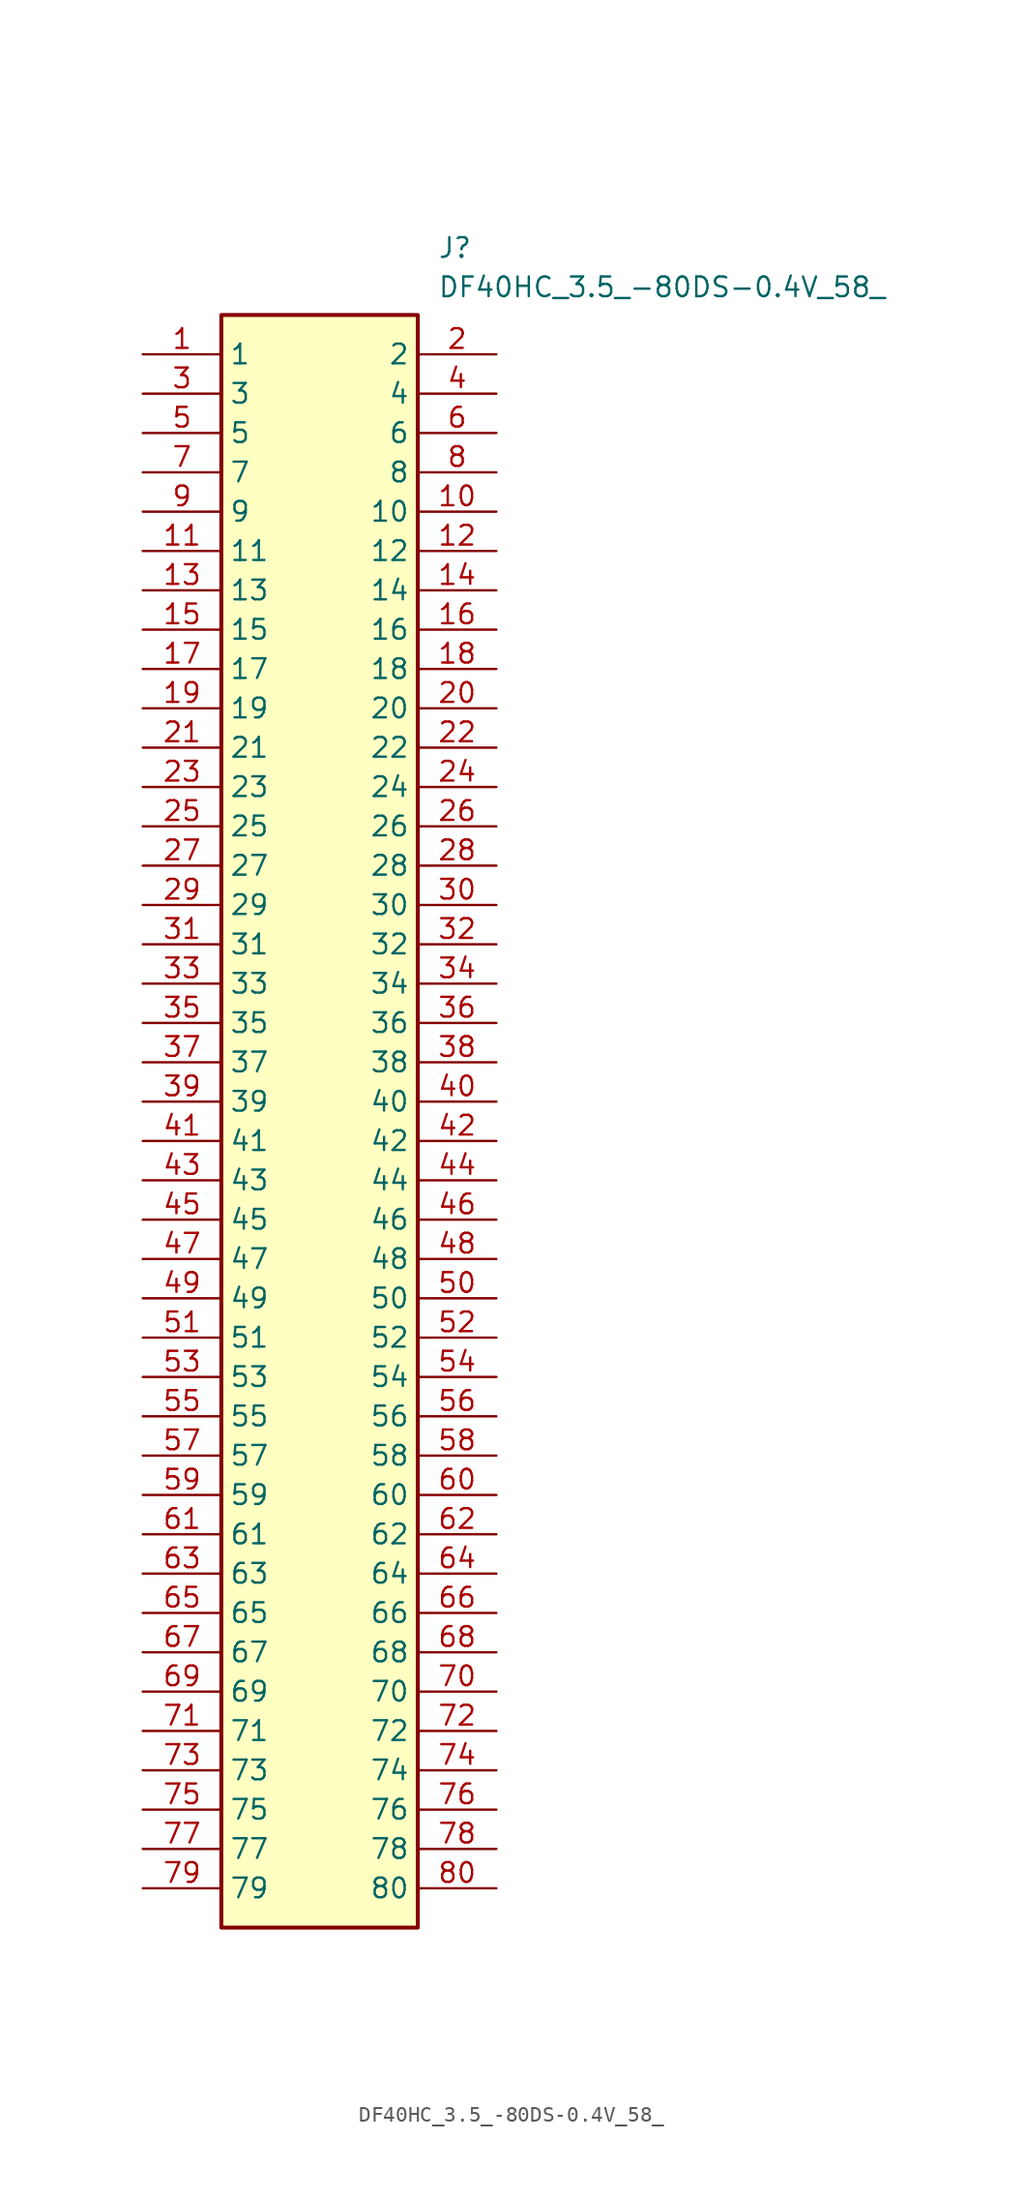
<source format=kicad_sym>
(kicad_symbol_lib
  (version 20211014)
  (generator SamacSys_ECAD_Model)
  (symbol "DF40HC_3.5_-80DS-0.4V_58_"
    (property "Reference" "J"
      (at 19.05 7.62 0)
      (effects (font (size 1.27 1.27)) (justify left top)))
    (property "Value" "DF40HC_3.5_-80DS-0.4V_58_"
      (at 19.05 5.08 0)
      (effects (font (size 1.27 1.27)) (justify left top)))
    (rectangle
      (start 5.08 2.54)
      (end 17.78 -101.6)
      (stroke (width 0.254) (type default))
      (fill (type background)))
    (pin passive line
      (at 0 0 0)
      (length 5.08)
      (name "1" (effects (font (size 1.27 1.27))))
      (number "1" (effects (font (size 1.27 1.27)))))
    (pin passive line
      (at 22.86 0 180)
      (length 5.08)
      (name "2" (effects (font (size 1.27 1.27))))
      (number "2" (effects (font (size 1.27 1.27)))))
    (pin passive line
      (at 0 -2.54 0)
      (length 5.08)
      (name "3" (effects (font (size 1.27 1.27))))
      (number "3" (effects (font (size 1.27 1.27)))))
    (pin passive line
      (at 22.86 -2.54 180)
      (length 5.08)
      (name "4" (effects (font (size 1.27 1.27))))
      (number "4" (effects (font (size 1.27 1.27)))))
    (pin passive line
      (at 0 -5.08 0)
      (length 5.08)
      (name "5" (effects (font (size 1.27 1.27))))
      (number "5" (effects (font (size 1.27 1.27)))))
    (pin passive line
      (at 22.86 -5.08 180)
      (length 5.08)
      (name "6" (effects (font (size 1.27 1.27))))
      (number "6" (effects (font (size 1.27 1.27)))))
    (pin passive line
      (at 0 -7.62 0)
      (length 5.08)
      (name "7" (effects (font (size 1.27 1.27))))
      (number "7" (effects (font (size 1.27 1.27)))))
    (pin passive line
      (at 22.86 -7.62 180)
      (length 5.08)
      (name "8" (effects (font (size 1.27 1.27))))
      (number "8" (effects (font (size 1.27 1.27)))))
    (pin passive line
      (at 0 -10.16 0)
      (length 5.08)
      (name "9" (effects (font (size 1.27 1.27))))
      (number "9" (effects (font (size 1.27 1.27)))))
    (pin passive line
      (at 22.86 -10.16 180)
      (length 5.08)
      (name "10" (effects (font (size 1.27 1.27))))
      (number "10" (effects (font (size 1.27 1.27)))))
    (pin passive line
      (at 0 -12.7 0)
      (length 5.08)
      (name "11" (effects (font (size 1.27 1.27))))
      (number "11" (effects (font (size 1.27 1.27)))))
    (pin passive line
      (at 22.86 -12.7 180)
      (length 5.08)
      (name "12" (effects (font (size 1.27 1.27))))
      (number "12" (effects (font (size 1.27 1.27)))))
    (pin passive line
      (at 0 -15.24 0)
      (length 5.08)
      (name "13" (effects (font (size 1.27 1.27))))
      (number "13" (effects (font (size 1.27 1.27)))))
    (pin passive line
      (at 22.86 -15.24 180)
      (length 5.08)
      (name "14" (effects (font (size 1.27 1.27))))
      (number "14" (effects (font (size 1.27 1.27)))))
    (pin passive line
      (at 0 -17.78 0)
      (length 5.08)
      (name "15" (effects (font (size 1.27 1.27))))
      (number "15" (effects (font (size 1.27 1.27)))))
    (pin passive line
      (at 22.86 -17.78 180)
      (length 5.08)
      (name "16" (effects (font (size 1.27 1.27))))
      (number "16" (effects (font (size 1.27 1.27)))))
    (pin passive line
      (at 0 -20.32 0)
      (length 5.08)
      (name "17" (effects (font (size 1.27 1.27))))
      (number "17" (effects (font (size 1.27 1.27)))))
    (pin passive line
      (at 22.86 -20.32 180)
      (length 5.08)
      (name "18" (effects (font (size 1.27 1.27))))
      (number "18" (effects (font (size 1.27 1.27)))))
    (pin passive line
      (at 0 -22.86 0)
      (length 5.08)
      (name "19" (effects (font (size 1.27 1.27))))
      (number "19" (effects (font (size 1.27 1.27)))))
    (pin passive line
      (at 22.86 -22.86 180)
      (length 5.08)
      (name "20" (effects (font (size 1.27 1.27))))
      (number "20" (effects (font (size 1.27 1.27)))))
    (pin passive line
      (at 0 -25.4 0)
      (length 5.08)
      (name "21" (effects (font (size 1.27 1.27))))
      (number "21" (effects (font (size 1.27 1.27)))))
    (pin passive line
      (at 22.86 -25.4 180)
      (length 5.08)
      (name "22" (effects (font (size 1.27 1.27))))
      (number "22" (effects (font (size 1.27 1.27)))))
    (pin passive line
      (at 0 -27.94 0)
      (length 5.08)
      (name "23" (effects (font (size 1.27 1.27))))
      (number "23" (effects (font (size 1.27 1.27)))))
    (pin passive line
      (at 22.86 -27.94 180)
      (length 5.08)
      (name "24" (effects (font (size 1.27 1.27))))
      (number "24" (effects (font (size 1.27 1.27)))))
    (pin passive line
      (at 0 -30.48 0)
      (length 5.08)
      (name "25" (effects (font (size 1.27 1.27))))
      (number "25" (effects (font (size 1.27 1.27)))))
    (pin passive line
      (at 22.86 -30.48 180)
      (length 5.08)
      (name "26" (effects (font (size 1.27 1.27))))
      (number "26" (effects (font (size 1.27 1.27)))))
    (pin passive line
      (at 0 -33.02 0)
      (length 5.08)
      (name "27" (effects (font (size 1.27 1.27))))
      (number "27" (effects (font (size 1.27 1.27)))))
    (pin passive line
      (at 22.86 -33.02 180)
      (length 5.08)
      (name "28" (effects (font (size 1.27 1.27))))
      (number "28" (effects (font (size 1.27 1.27)))))
    (pin passive line
      (at 0 -35.56 0)
      (length 5.08)
      (name "29" (effects (font (size 1.27 1.27))))
      (number "29" (effects (font (size 1.27 1.27)))))
    (pin passive line
      (at 22.86 -35.56 180)
      (length 5.08)
      (name "30" (effects (font (size 1.27 1.27))))
      (number "30" (effects (font (size 1.27 1.27)))))
    (pin passive line
      (at 0 -38.1 0)
      (length 5.08)
      (name "31" (effects (font (size 1.27 1.27))))
      (number "31" (effects (font (size 1.27 1.27)))))
    (pin passive line
      (at 22.86 -38.1 180)
      (length 5.08)
      (name "32" (effects (font (size 1.27 1.27))))
      (number "32" (effects (font (size 1.27 1.27)))))
    (pin passive line
      (at 0 -40.64 0)
      (length 5.08)
      (name "33" (effects (font (size 1.27 1.27))))
      (number "33" (effects (font (size 1.27 1.27)))))
    (pin passive line
      (at 22.86 -40.64 180)
      (length 5.08)
      (name "34" (effects (font (size 1.27 1.27))))
      (number "34" (effects (font (size 1.27 1.27)))))
    (pin passive line
      (at 0 -43.18 0)
      (length 5.08)
      (name "35" (effects (font (size 1.27 1.27))))
      (number "35" (effects (font (size 1.27 1.27)))))
    (pin passive line
      (at 22.86 -43.18 180)
      (length 5.08)
      (name "36" (effects (font (size 1.27 1.27))))
      (number "36" (effects (font (size 1.27 1.27)))))
    (pin passive line
      (at 0 -45.72 0)
      (length 5.08)
      (name "37" (effects (font (size 1.27 1.27))))
      (number "37" (effects (font (size 1.27 1.27)))))
    (pin passive line
      (at 22.86 -45.72 180)
      (length 5.08)
      (name "38" (effects (font (size 1.27 1.27))))
      (number "38" (effects (font (size 1.27 1.27)))))
    (pin passive line
      (at 0 -48.26 0)
      (length 5.08)
      (name "39" (effects (font (size 1.27 1.27))))
      (number "39" (effects (font (size 1.27 1.27)))))
    (pin passive line
      (at 22.86 -48.26 180)
      (length 5.08)
      (name "40" (effects (font (size 1.27 1.27))))
      (number "40" (effects (font (size 1.27 1.27)))))
    (pin passive line
      (at 0 -50.8 0)
      (length 5.08)
      (name "41" (effects (font (size 1.27 1.27))))
      (number "41" (effects (font (size 1.27 1.27)))))
    (pin passive line
      (at 22.86 -50.8 180)
      (length 5.08)
      (name "42" (effects (font (size 1.27 1.27))))
      (number "42" (effects (font (size 1.27 1.27)))))
    (pin passive line
      (at 0 -53.34 0)
      (length 5.08)
      (name "43" (effects (font (size 1.27 1.27))))
      (number "43" (effects (font (size 1.27 1.27)))))
    (pin passive line
      (at 22.86 -53.34 180)
      (length 5.08)
      (name "44" (effects (font (size 1.27 1.27))))
      (number "44" (effects (font (size 1.27 1.27)))))
    (pin passive line
      (at 0 -55.88 0)
      (length 5.08)
      (name "45" (effects (font (size 1.27 1.27))))
      (number "45" (effects (font (size 1.27 1.27)))))
    (pin passive line
      (at 22.86 -55.88 180)
      (length 5.08)
      (name "46" (effects (font (size 1.27 1.27))))
      (number "46" (effects (font (size 1.27 1.27)))))
    (pin passive line
      (at 0 -58.42 0)
      (length 5.08)
      (name "47" (effects (font (size 1.27 1.27))))
      (number "47" (effects (font (size 1.27 1.27)))))
    (pin passive line
      (at 22.86 -58.42 180)
      (length 5.08)
      (name "48" (effects (font (size 1.27 1.27))))
      (number "48" (effects (font (size 1.27 1.27)))))
    (pin passive line
      (at 0 -60.96 0)
      (length 5.08)
      (name "49" (effects (font (size 1.27 1.27))))
      (number "49" (effects (font (size 1.27 1.27)))))
    (pin passive line
      (at 22.86 -60.96 180)
      (length 5.08)
      (name "50" (effects (font (size 1.27 1.27))))
      (number "50" (effects (font (size 1.27 1.27)))))
    (pin passive line
      (at 0 -63.5 0)
      (length 5.08)
      (name "51" (effects (font (size 1.27 1.27))))
      (number "51" (effects (font (size 1.27 1.27)))))
    (pin passive line
      (at 22.86 -63.5 180)
      (length 5.08)
      (name "52" (effects (font (size 1.27 1.27))))
      (number "52" (effects (font (size 1.27 1.27)))))
    (pin passive line
      (at 0 -66.04 0)
      (length 5.08)
      (name "53" (effects (font (size 1.27 1.27))))
      (number "53" (effects (font (size 1.27 1.27)))))
    (pin passive line
      (at 22.86 -66.04 180)
      (length 5.08)
      (name "54" (effects (font (size 1.27 1.27))))
      (number "54" (effects (font (size 1.27 1.27)))))
    (pin passive line
      (at 0 -68.58 0)
      (length 5.08)
      (name "55" (effects (font (size 1.27 1.27))))
      (number "55" (effects (font (size 1.27 1.27)))))
    (pin passive line
      (at 22.86 -68.58 180)
      (length 5.08)
      (name "56" (effects (font (size 1.27 1.27))))
      (number "56" (effects (font (size 1.27 1.27)))))
    (pin passive line
      (at 0 -71.12 0)
      (length 5.08)
      (name "57" (effects (font (size 1.27 1.27))))
      (number "57" (effects (font (size 1.27 1.27)))))
    (pin passive line
      (at 22.86 -71.12 180)
      (length 5.08)
      (name "58" (effects (font (size 1.27 1.27))))
      (number "58" (effects (font (size 1.27 1.27)))))
    (pin passive line
      (at 0 -73.66 0)
      (length 5.08)
      (name "59" (effects (font (size 1.27 1.27))))
      (number "59" (effects (font (size 1.27 1.27)))))
    (pin passive line
      (at 22.86 -73.66 180)
      (length 5.08)
      (name "60" (effects (font (size 1.27 1.27))))
      (number "60" (effects (font (size 1.27 1.27)))))
    (pin passive line
      (at 0 -76.2 0)
      (length 5.08)
      (name "61" (effects (font (size 1.27 1.27))))
      (number "61" (effects (font (size 1.27 1.27)))))
    (pin passive line
      (at 22.86 -76.2 180)
      (length 5.08)
      (name "62" (effects (font (size 1.27 1.27))))
      (number "62" (effects (font (size 1.27 1.27)))))
    (pin passive line
      (at 0 -78.74 0)
      (length 5.08)
      (name "63" (effects (font (size 1.27 1.27))))
      (number "63" (effects (font (size 1.27 1.27)))))
    (pin passive line
      (at 22.86 -78.74 180)
      (length 5.08)
      (name "64" (effects (font (size 1.27 1.27))))
      (number "64" (effects (font (size 1.27 1.27)))))
    (pin passive line
      (at 0 -81.28 0)
      (length 5.08)
      (name "65" (effects (font (size 1.27 1.27))))
      (number "65" (effects (font (size 1.27 1.27)))))
    (pin passive line
      (at 22.86 -81.28 180)
      (length 5.08)
      (name "66" (effects (font (size 1.27 1.27))))
      (number "66" (effects (font (size 1.27 1.27)))))
    (pin passive line
      (at 0 -83.82 0)
      (length 5.08)
      (name "67" (effects (font (size 1.27 1.27))))
      (number "67" (effects (font (size 1.27 1.27)))))
    (pin passive line
      (at 22.86 -83.82 180)
      (length 5.08)
      (name "68" (effects (font (size 1.27 1.27))))
      (number "68" (effects (font (size 1.27 1.27)))))
    (pin passive line
      (at 0 -86.36 0)
      (length 5.08)
      (name "69" (effects (font (size 1.27 1.27))))
      (number "69" (effects (font (size 1.27 1.27)))))
    (pin passive line
      (at 22.86 -86.36 180)
      (length 5.08)
      (name "70" (effects (font (size 1.27 1.27))))
      (number "70" (effects (font (size 1.27 1.27)))))
    (pin passive line
      (at 0 -88.9 0)
      (length 5.08)
      (name "71" (effects (font (size 1.27 1.27))))
      (number "71" (effects (font (size 1.27 1.27)))))
    (pin passive line
      (at 22.86 -88.9 180)
      (length 5.08)
      (name "72" (effects (font (size 1.27 1.27))))
      (number "72" (effects (font (size 1.27 1.27)))))
    (pin passive line
      (at 0 -91.44 0)
      (length 5.08)
      (name "73" (effects (font (size 1.27 1.27))))
      (number "73" (effects (font (size 1.27 1.27)))))
    (pin passive line
      (at 22.86 -91.44 180)
      (length 5.08)
      (name "74" (effects (font (size 1.27 1.27))))
      (number "74" (effects (font (size 1.27 1.27)))))
    (pin passive line
      (at 0 -93.98 0)
      (length 5.08)
      (name "75" (effects (font (size 1.27 1.27))))
      (number "75" (effects (font (size 1.27 1.27)))))
    (pin passive line
      (at 22.86 -93.98 180)
      (length 5.08)
      (name "76" (effects (font (size 1.27 1.27))))
      (number "76" (effects (font (size 1.27 1.27)))))
    (pin passive line
      (at 0 -96.52 0)
      (length 5.08)
      (name "77" (effects (font (size 1.27 1.27))))
      (number "77" (effects (font (size 1.27 1.27)))))
    (pin passive line
      (at 22.86 -96.52 180)
      (length 5.08)
      (name "78" (effects (font (size 1.27 1.27))))
      (number "78" (effects (font (size 1.27 1.27)))))
    (pin passive line
      (at 0 -99.06 0)
      (length 5.08)
      (name "79" (effects (font (size 1.27 1.27))))
      (number "79" (effects (font (size 1.27 1.27)))))
    (pin passive line
      (at 22.86 -99.06 180)
      (length 5.08)
      (name "80" (effects (font (size 1.27 1.27))))
      (number "80" (effects (font (size 1.27 1.27)))))))
</source>
